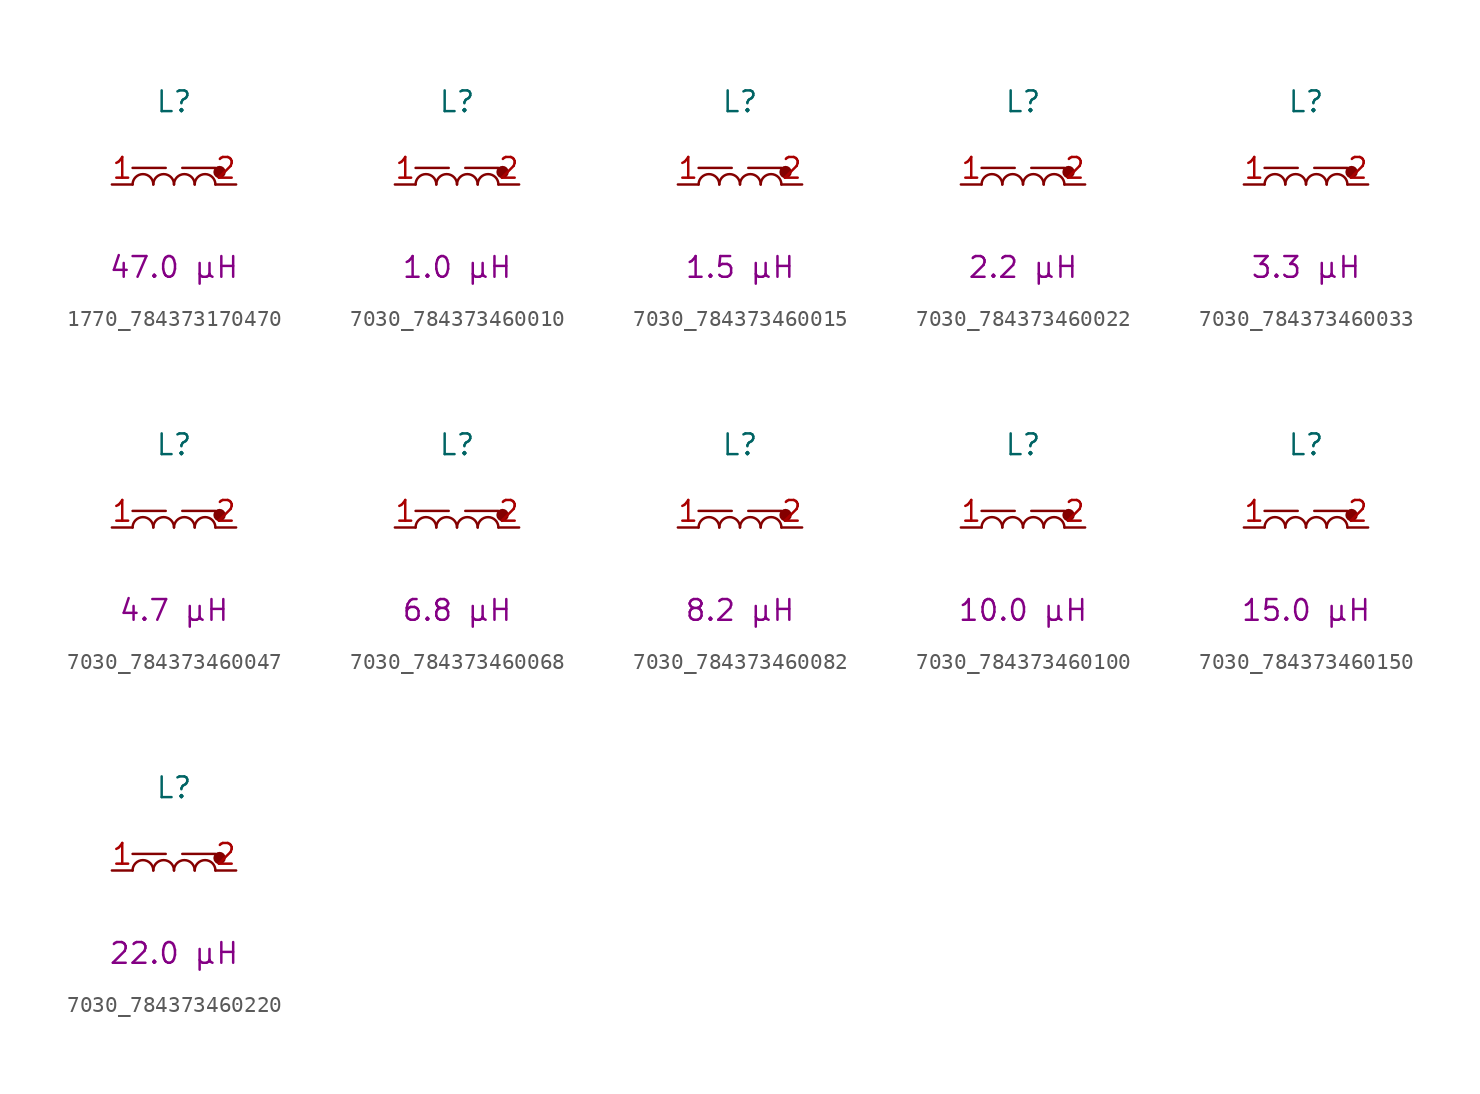
<source format=kicad_sym>
(kicad_symbol_lib
  (version 20220914)
  (generator kicad_symbol_editor)
  (symbol "1770_784373170470"
    (pin_names hide)
    (property "Reference" "L"
      (at 0 5.08 0)
      (effects (font (size 1.27 1.27))))
    (property "Critical Parameter" "47.0 µH"
      (at 0 -5.08 0)
      (effects (font (size 1.27 1.27))))
    (symbol "1770_784373170470_0_1"
      (arc (start -1.27 0) (mid -1.905 0.6323) (end -2.54 0) (stroke (width 0) (type default)) (fill (type none)))
      (arc (start 0 0) (mid -0.635 0.6323) (end -1.27 0) (stroke (width 0) (type default)) (fill (type none)))
      (polyline (pts (xy -2.54 1.016) (xy -0.508 1.016)) (stroke (width 0) (type default)) (fill (type none)))
      (arc (start 1.27 0) (mid 0.635 0.6323) (end 0 0) (stroke (width 0) (type default)) (fill (type none)))
      (arc (start 2.54 0) (mid 1.905 0.6323) (end 1.27 0) (stroke (width 0) (type default)) (fill (type none))))
    (symbol "1770_784373170470_1_1"
      (polyline (pts (xy 2.54 1.016) (xy 0.508 1.016)) (stroke (width 0) (type default)) (fill (type none)))
      (circle (center 2.794 0.762) (radius 0.0001) (stroke (width 0.381) (type default)) (fill (type none)))
      (pin passive line (at -3.81 0 0) (length 1.27) (name "1" (effects (font (size 1.27 1.27)))) (number "1" (effects (font (size 1.27 1.27)))))
      (pin passive line (at 3.81 0 180) (length 1.27) (name "2" (effects (font (size 1.27 1.27)))) (number "2" (effects (font (size 1.27 1.27)))))))
  (symbol "7030_784373460010"
    (pin_names hide)
    (property "Reference" "L"
      (at 0 5.08 0)
      (effects (font (size 1.27 1.27))))
    (property "Critical Parameter" "1.0 µH"
      (at 0 -5.08 0)
      (effects (font (size 1.27 1.27))))
    (symbol "7030_784373460010_0_1"
      (arc (start -1.27 0) (mid -1.905 0.6323) (end -2.54 0) (stroke (width 0) (type default)) (fill (type none)))
      (arc (start 0 0) (mid -0.635 0.6323) (end -1.27 0) (stroke (width 0) (type default)) (fill (type none)))
      (polyline (pts (xy -2.54 1.016) (xy -0.508 1.016)) (stroke (width 0) (type default)) (fill (type none)))
      (arc (start 1.27 0) (mid 0.635 0.6323) (end 0 0) (stroke (width 0) (type default)) (fill (type none)))
      (arc (start 2.54 0) (mid 1.905 0.6323) (end 1.27 0) (stroke (width 0) (type default)) (fill (type none))))
    (symbol "7030_784373460010_1_1"
      (polyline (pts (xy 2.54 1.016) (xy 0.508 1.016)) (stroke (width 0) (type default)) (fill (type none)))
      (circle (center 2.794 0.762) (radius 0.0001) (stroke (width 0.381) (type default)) (fill (type none)))
      (pin passive line (at -3.81 0 0) (length 1.27) (name "1" (effects (font (size 1.27 1.27)))) (number "1" (effects (font (size 1.27 1.27)))))
      (pin passive line (at 3.81 0 180) (length 1.27) (name "2" (effects (font (size 1.27 1.27)))) (number "2" (effects (font (size 1.27 1.27)))))))
  (symbol "7030_784373460015"
    (pin_names hide)
    (property "Reference" "L"
      (at 0 5.08 0)
      (effects (font (size 1.27 1.27))))
    (property "Critical Parameter" "1.5 µH"
      (at 0 -5.08 0)
      (effects (font (size 1.27 1.27))))
    (symbol "7030_784373460015_0_1"
      (arc (start -1.27 0) (mid -1.905 0.6323) (end -2.54 0) (stroke (width 0) (type default)) (fill (type none)))
      (arc (start 0 0) (mid -0.635 0.6323) (end -1.27 0) (stroke (width 0) (type default)) (fill (type none)))
      (polyline (pts (xy -2.54 1.016) (xy -0.508 1.016)) (stroke (width 0) (type default)) (fill (type none)))
      (arc (start 1.27 0) (mid 0.635 0.6323) (end 0 0) (stroke (width 0) (type default)) (fill (type none)))
      (arc (start 2.54 0) (mid 1.905 0.6323) (end 1.27 0) (stroke (width 0) (type default)) (fill (type none))))
    (symbol "7030_784373460015_1_1"
      (polyline (pts (xy 2.54 1.016) (xy 0.508 1.016)) (stroke (width 0) (type default)) (fill (type none)))
      (circle (center 2.794 0.762) (radius 0.0001) (stroke (width 0.381) (type default)) (fill (type none)))
      (pin passive line (at -3.81 0 0) (length 1.27) (name "1" (effects (font (size 1.27 1.27)))) (number "1" (effects (font (size 1.27 1.27)))))
      (pin passive line (at 3.81 0 180) (length 1.27) (name "2" (effects (font (size 1.27 1.27)))) (number "2" (effects (font (size 1.27 1.27)))))))
  (symbol "7030_784373460022"
    (pin_names hide)
    (property "Reference" "L"
      (at 0 5.08 0)
      (effects (font (size 1.27 1.27))))
    (property "Critical Parameter" "2.2 µH"
      (at 0 -5.08 0)
      (effects (font (size 1.27 1.27))))
    (symbol "7030_784373460022_0_1"
      (arc (start -1.27 0) (mid -1.905 0.6323) (end -2.54 0) (stroke (width 0) (type default)) (fill (type none)))
      (arc (start 0 0) (mid -0.635 0.6323) (end -1.27 0) (stroke (width 0) (type default)) (fill (type none)))
      (polyline (pts (xy -2.54 1.016) (xy -0.508 1.016)) (stroke (width 0) (type default)) (fill (type none)))
      (arc (start 1.27 0) (mid 0.635 0.6323) (end 0 0) (stroke (width 0) (type default)) (fill (type none)))
      (arc (start 2.54 0) (mid 1.905 0.6323) (end 1.27 0) (stroke (width 0) (type default)) (fill (type none))))
    (symbol "7030_784373460022_1_1"
      (polyline (pts (xy 2.54 1.016) (xy 0.508 1.016)) (stroke (width 0) (type default)) (fill (type none)))
      (circle (center 2.794 0.762) (radius 0.0001) (stroke (width 0.381) (type default)) (fill (type none)))
      (pin passive line (at -3.81 0 0) (length 1.27) (name "1" (effects (font (size 1.27 1.27)))) (number "1" (effects (font (size 1.27 1.27)))))
      (pin passive line (at 3.81 0 180) (length 1.27) (name "2" (effects (font (size 1.27 1.27)))) (number "2" (effects (font (size 1.27 1.27)))))))
  (symbol "7030_784373460033"
    (pin_names hide)
    (property "Reference" "L"
      (at 0 5.08 0)
      (effects (font (size 1.27 1.27))))
    (property "Critical Parameter" "3.3 µH"
      (at 0 -5.08 0)
      (effects (font (size 1.27 1.27))))
    (symbol "7030_784373460033_0_1"
      (arc (start -1.27 0) (mid -1.905 0.6323) (end -2.54 0) (stroke (width 0) (type default)) (fill (type none)))
      (arc (start 0 0) (mid -0.635 0.6323) (end -1.27 0) (stroke (width 0) (type default)) (fill (type none)))
      (polyline (pts (xy -2.54 1.016) (xy -0.508 1.016)) (stroke (width 0) (type default)) (fill (type none)))
      (arc (start 1.27 0) (mid 0.635 0.6323) (end 0 0) (stroke (width 0) (type default)) (fill (type none)))
      (arc (start 2.54 0) (mid 1.905 0.6323) (end 1.27 0) (stroke (width 0) (type default)) (fill (type none))))
    (symbol "7030_784373460033_1_1"
      (polyline (pts (xy 2.54 1.016) (xy 0.508 1.016)) (stroke (width 0) (type default)) (fill (type none)))
      (circle (center 2.794 0.762) (radius 0.0001) (stroke (width 0.381) (type default)) (fill (type none)))
      (pin passive line (at -3.81 0 0) (length 1.27) (name "1" (effects (font (size 1.27 1.27)))) (number "1" (effects (font (size 1.27 1.27)))))
      (pin passive line (at 3.81 0 180) (length 1.27) (name "2" (effects (font (size 1.27 1.27)))) (number "2" (effects (font (size 1.27 1.27)))))))
  (symbol "7030_784373460047"
    (pin_names hide)
    (property "Reference" "L"
      (at 0 5.08 0)
      (effects (font (size 1.27 1.27))))
    (property "Critical Parameter" "4.7 µH"
      (at 0 -5.08 0)
      (effects (font (size 1.27 1.27))))
    (symbol "7030_784373460047_0_1"
      (arc (start -1.27 0) (mid -1.905 0.6323) (end -2.54 0) (stroke (width 0) (type default)) (fill (type none)))
      (arc (start 0 0) (mid -0.635 0.6323) (end -1.27 0) (stroke (width 0) (type default)) (fill (type none)))
      (polyline (pts (xy -2.54 1.016) (xy -0.508 1.016)) (stroke (width 0) (type default)) (fill (type none)))
      (arc (start 1.27 0) (mid 0.635 0.6323) (end 0 0) (stroke (width 0) (type default)) (fill (type none)))
      (arc (start 2.54 0) (mid 1.905 0.6323) (end 1.27 0) (stroke (width 0) (type default)) (fill (type none))))
    (symbol "7030_784373460047_1_1"
      (polyline (pts (xy 2.54 1.016) (xy 0.508 1.016)) (stroke (width 0) (type default)) (fill (type none)))
      (circle (center 2.794 0.762) (radius 0.0001) (stroke (width 0.381) (type default)) (fill (type none)))
      (pin passive line (at -3.81 0 0) (length 1.27) (name "1" (effects (font (size 1.27 1.27)))) (number "1" (effects (font (size 1.27 1.27)))))
      (pin passive line (at 3.81 0 180) (length 1.27) (name "2" (effects (font (size 1.27 1.27)))) (number "2" (effects (font (size 1.27 1.27)))))))
  (symbol "7030_784373460068"
    (pin_names hide)
    (property "Reference" "L"
      (at 0 5.08 0)
      (effects (font (size 1.27 1.27))))
    (property "Critical Parameter" "6.8 µH"
      (at 0 -5.08 0)
      (effects (font (size 1.27 1.27))))
    (symbol "7030_784373460068_0_1"
      (arc (start -1.27 0) (mid -1.905 0.6323) (end -2.54 0) (stroke (width 0) (type default)) (fill (type none)))
      (arc (start 0 0) (mid -0.635 0.6323) (end -1.27 0) (stroke (width 0) (type default)) (fill (type none)))
      (polyline (pts (xy -2.54 1.016) (xy -0.508 1.016)) (stroke (width 0) (type default)) (fill (type none)))
      (arc (start 1.27 0) (mid 0.635 0.6323) (end 0 0) (stroke (width 0) (type default)) (fill (type none)))
      (arc (start 2.54 0) (mid 1.905 0.6323) (end 1.27 0) (stroke (width 0) (type default)) (fill (type none))))
    (symbol "7030_784373460068_1_1"
      (polyline (pts (xy 2.54 1.016) (xy 0.508 1.016)) (stroke (width 0) (type default)) (fill (type none)))
      (circle (center 2.794 0.762) (radius 0.0001) (stroke (width 0.381) (type default)) (fill (type none)))
      (pin passive line (at -3.81 0 0) (length 1.27) (name "1" (effects (font (size 1.27 1.27)))) (number "1" (effects (font (size 1.27 1.27)))))
      (pin passive line (at 3.81 0 180) (length 1.27) (name "2" (effects (font (size 1.27 1.27)))) (number "2" (effects (font (size 1.27 1.27)))))))
  (symbol "7030_784373460082"
    (pin_names hide)
    (property "Reference" "L"
      (at 0 5.08 0)
      (effects (font (size 1.27 1.27))))
    (property "Critical Parameter" "8.2 µH"
      (at 0 -5.08 0)
      (effects (font (size 1.27 1.27))))
    (symbol "7030_784373460082_0_1"
      (arc (start -1.27 0) (mid -1.905 0.6323) (end -2.54 0) (stroke (width 0) (type default)) (fill (type none)))
      (arc (start 0 0) (mid -0.635 0.6323) (end -1.27 0) (stroke (width 0) (type default)) (fill (type none)))
      (polyline (pts (xy -2.54 1.016) (xy -0.508 1.016)) (stroke (width 0) (type default)) (fill (type none)))
      (arc (start 1.27 0) (mid 0.635 0.6323) (end 0 0) (stroke (width 0) (type default)) (fill (type none)))
      (arc (start 2.54 0) (mid 1.905 0.6323) (end 1.27 0) (stroke (width 0) (type default)) (fill (type none))))
    (symbol "7030_784373460082_1_1"
      (polyline (pts (xy 2.54 1.016) (xy 0.508 1.016)) (stroke (width 0) (type default)) (fill (type none)))
      (circle (center 2.794 0.762) (radius 0.0001) (stroke (width 0.381) (type default)) (fill (type none)))
      (pin passive line (at -3.81 0 0) (length 1.27) (name "1" (effects (font (size 1.27 1.27)))) (number "1" (effects (font (size 1.27 1.27)))))
      (pin passive line (at 3.81 0 180) (length 1.27) (name "2" (effects (font (size 1.27 1.27)))) (number "2" (effects (font (size 1.27 1.27)))))))
  (symbol "7030_784373460100"
    (pin_names hide)
    (property "Reference" "L"
      (at 0 5.08 0)
      (effects (font (size 1.27 1.27))))
    (property "Critical Parameter" "10.0 µH"
      (at 0 -5.08 0)
      (effects (font (size 1.27 1.27))))
    (symbol "7030_784373460100_0_1"
      (arc (start -1.27 0) (mid -1.905 0.6323) (end -2.54 0) (stroke (width 0) (type default)) (fill (type none)))
      (arc (start 0 0) (mid -0.635 0.6323) (end -1.27 0) (stroke (width 0) (type default)) (fill (type none)))
      (polyline (pts (xy -2.54 1.016) (xy -0.508 1.016)) (stroke (width 0) (type default)) (fill (type none)))
      (arc (start 1.27 0) (mid 0.635 0.6323) (end 0 0) (stroke (width 0) (type default)) (fill (type none)))
      (arc (start 2.54 0) (mid 1.905 0.6323) (end 1.27 0) (stroke (width 0) (type default)) (fill (type none))))
    (symbol "7030_784373460100_1_1"
      (polyline (pts (xy 2.54 1.016) (xy 0.508 1.016)) (stroke (width 0) (type default)) (fill (type none)))
      (circle (center 2.794 0.762) (radius 0.0001) (stroke (width 0.381) (type default)) (fill (type none)))
      (pin passive line (at -3.81 0 0) (length 1.27) (name "1" (effects (font (size 1.27 1.27)))) (number "1" (effects (font (size 1.27 1.27)))))
      (pin passive line (at 3.81 0 180) (length 1.27) (name "2" (effects (font (size 1.27 1.27)))) (number "2" (effects (font (size 1.27 1.27)))))))
  (symbol "7030_784373460150"
    (pin_names hide)
    (property "Reference" "L"
      (at 0 5.08 0)
      (effects (font (size 1.27 1.27))))
    (property "Critical Parameter" "15.0 µH"
      (at 0 -5.08 0)
      (effects (font (size 1.27 1.27))))
    (symbol "7030_784373460150_0_1"
      (arc (start -1.27 0) (mid -1.905 0.6323) (end -2.54 0) (stroke (width 0) (type default)) (fill (type none)))
      (arc (start 0 0) (mid -0.635 0.6323) (end -1.27 0) (stroke (width 0) (type default)) (fill (type none)))
      (polyline (pts (xy -2.54 1.016) (xy -0.508 1.016)) (stroke (width 0) (type default)) (fill (type none)))
      (arc (start 1.27 0) (mid 0.635 0.6323) (end 0 0) (stroke (width 0) (type default)) (fill (type none)))
      (arc (start 2.54 0) (mid 1.905 0.6323) (end 1.27 0) (stroke (width 0) (type default)) (fill (type none))))
    (symbol "7030_784373460150_1_1"
      (polyline (pts (xy 2.54 1.016) (xy 0.508 1.016)) (stroke (width 0) (type default)) (fill (type none)))
      (circle (center 2.794 0.762) (radius 0.0001) (stroke (width 0.381) (type default)) (fill (type none)))
      (pin passive line (at -3.81 0 0) (length 1.27) (name "1" (effects (font (size 1.27 1.27)))) (number "1" (effects (font (size 1.27 1.27)))))
      (pin passive line (at 3.81 0 180) (length 1.27) (name "2" (effects (font (size 1.27 1.27)))) (number "2" (effects (font (size 1.27 1.27)))))))
  (symbol "7030_784373460220"
    (pin_names hide)
    (property "Reference" "L"
      (at 0 5.08 0)
      (effects (font (size 1.27 1.27))))
    (property "Critical Parameter" "22.0 µH"
      (at 0 -5.08 0)
      (effects (font (size 1.27 1.27))))
    (symbol "7030_784373460220_0_1"
      (arc (start -1.27 0) (mid -1.905 0.6323) (end -2.54 0) (stroke (width 0) (type default)) (fill (type none)))
      (arc (start 0 0) (mid -0.635 0.6323) (end -1.27 0) (stroke (width 0) (type default)) (fill (type none)))
      (polyline (pts (xy -2.54 1.016) (xy -0.508 1.016)) (stroke (width 0) (type default)) (fill (type none)))
      (arc (start 1.27 0) (mid 0.635 0.6323) (end 0 0) (stroke (width 0) (type default)) (fill (type none)))
      (arc (start 2.54 0) (mid 1.905 0.6323) (end 1.27 0) (stroke (width 0) (type default)) (fill (type none))))
    (symbol "7030_784373460220_1_1"
      (polyline (pts (xy 2.54 1.016) (xy 0.508 1.016)) (stroke (width 0) (type default)) (fill (type none)))
      (circle (center 2.794 0.762) (radius 0.0001) (stroke (width 0.381) (type default)) (fill (type none)))
      (pin passive line (at -3.81 0 0) (length 1.27) (name "1" (effects (font (size 1.27 1.27)))) (number "1" (effects (font (size 1.27 1.27)))))
      (pin passive line (at 3.81 0 180) (length 1.27) (name "2" (effects (font (size 1.27 1.27)))) (number "2" (effects (font (size 1.27 1.27))))))))
</source>
